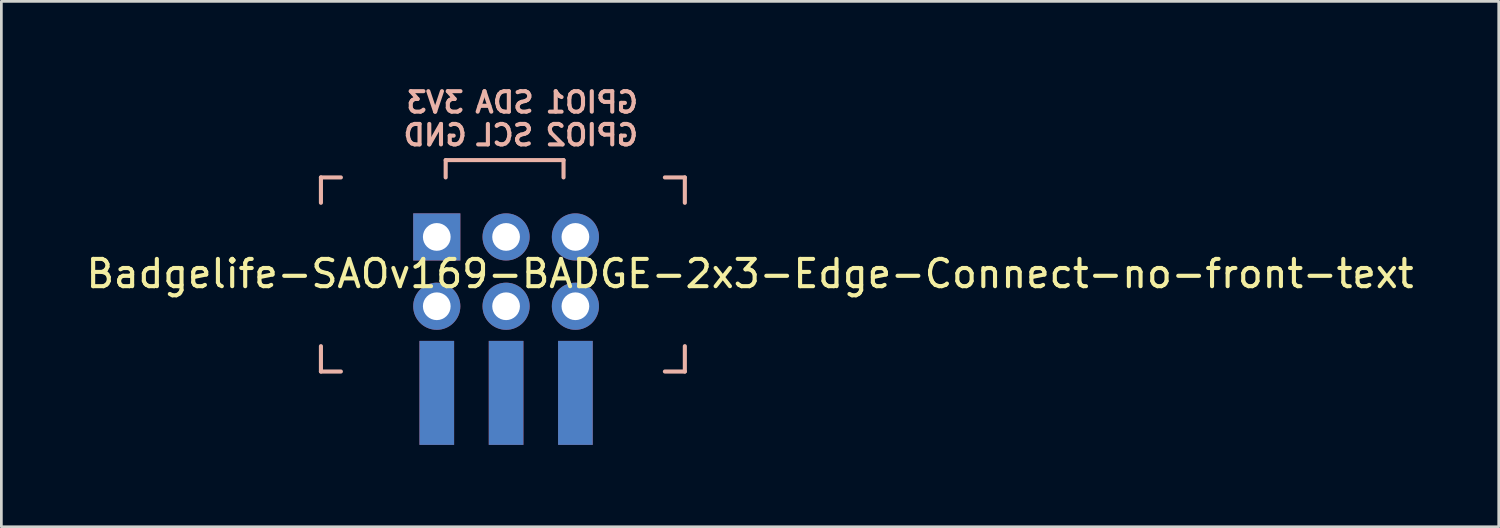
<source format=kicad_pcb>
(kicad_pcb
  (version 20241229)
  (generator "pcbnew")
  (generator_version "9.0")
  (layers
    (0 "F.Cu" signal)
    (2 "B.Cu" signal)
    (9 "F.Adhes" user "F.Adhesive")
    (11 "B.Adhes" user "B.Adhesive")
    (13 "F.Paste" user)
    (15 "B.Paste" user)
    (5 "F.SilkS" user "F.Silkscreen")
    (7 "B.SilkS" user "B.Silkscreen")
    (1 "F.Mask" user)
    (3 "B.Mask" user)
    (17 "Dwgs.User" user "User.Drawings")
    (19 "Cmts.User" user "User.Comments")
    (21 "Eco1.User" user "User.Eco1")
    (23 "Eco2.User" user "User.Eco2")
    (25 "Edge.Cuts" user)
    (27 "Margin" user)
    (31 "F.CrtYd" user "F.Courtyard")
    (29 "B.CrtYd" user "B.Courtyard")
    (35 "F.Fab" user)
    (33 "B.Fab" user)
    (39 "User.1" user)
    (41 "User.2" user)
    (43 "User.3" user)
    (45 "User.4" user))
  (footprint "Badgelife-SAOv169-BADGE-2x3-Edge-Connect-no-front-text"
    (layer "F.Cu")
    (at 15.495 6.902)
    (property "Reference" "Badgelife-SAOv169-BADGE-2x3-Edge-Connect-no-front-text" (at 8.94 0.08 0) (layer "F.SilkS") (effects (font (size 1 1) (thickness 0.15))))
    (attr through_hole)
    (fp_line (start -6.785 -3.45) (end -6.054 -3.45) (stroke (width 0.15) (type solid)) (layer "B.SilkS"))
    (fp_line (start -6.785 -2.521) (end -6.785 -3.45) (stroke (width 0.15) (type solid)) (layer "B.SilkS"))
    (fp_line (start -6.785 3.662) (end -6.785 2.733) (stroke (width 0.15) (type solid)) (layer "B.SilkS"))
    (fp_line (start -6.054 3.662) (end -6.785 3.662) (stroke (width 0.15) (type solid)) (layer "B.SilkS"))
    (fp_line (start -2.214 -3.451) (end -2.213 -4.085) (stroke (width 0.15) (type solid)) (layer "B.SilkS"))
    (fp_line (start -2.213 -4.085) (end 2.105 -4.085) (stroke (width 0.15) (type solid)) (layer "B.SilkS"))
    (fp_line (start 2.105 -4.085) (end 2.105 -3.451) (stroke (width 0.15) (type solid)) (layer "B.SilkS"))
    (fp_line (start 6.55 -3.45) (end 5.819 -3.45) (stroke (width 0.15) (type solid)) (layer "B.SilkS"))
    (fp_line (start 6.55 -2.521) (end 6.55 -3.45) (stroke (width 0.15) (type solid)) (layer "B.SilkS"))
    (fp_line (start 6.55 3.662) (end 5.819 3.662) (stroke (width 0.15) (type solid)) (layer "B.SilkS"))
    (fp_line (start 6.55 3.662) (end 6.55 2.733) (stroke (width 0.15) (type solid)) (layer "B.SilkS"))
    (fp_text user "GND" (at -2.6 -5 0) (layer "B.SilkS") (effects (font (size 0.75 0.75) (thickness 0.15)) (justify mirror)))
    (fp_text user "SCL" (at -0.06 -5 0) (layer "B.SilkS") (effects (font (size 0.75 0.75) (thickness 0.15)) (justify mirror)))
    (fp_text user "3V3" (at -2.6 -6.2 0) (layer "B.SilkS") (effects (font (size 0.75 0.75) (thickness 0.15)) (justify mirror)))
    (fp_text user "GPIO1" (at 3.14 -6.2 0) (layer "B.SilkS") (effects (font (size 0.75 0.75) (thickness 0.15)) (justify mirror)))
    (fp_text user "SDA" (at -0.06 -6.2 0) (layer "B.SilkS") (effects (font (size 0.75 0.75) (thickness 0.15)) (justify mirror)))
    (fp_text user "GPIO2" (at 3.14 -5 0) (layer "B.SilkS") (effects (font (size 0.75 0.75) (thickness 0.15)) (justify mirror)))
    (pad "1" thru_hole rect (at -2.54 -1.27 270) (size 1.727 1.727) (drill 1.016) (layers "*.Cu" "*.Mask"))
    (pad "1" smd rect (at -2.54 4.445) (size 1.27 3.81) (layers "B.Cu" "B.Mask"))
    (pad "2" thru_hole circle (at -2.54 1.27 270) (size 1.727 1.727) (drill 1.016) (layers "*.Cu" "*.Mask"))
    (pad "2" smd rect (at -2.54 4.445) (size 1.27 3.81) (layers "F.Cu" "F.Mask"))
    (pad "3" thru_hole oval (at 0 -1.27 270) (size 1.727 1.727) (drill 1.016) (layers "*.Cu" "*.Mask"))
    (pad "3" smd rect (at 0 4.445) (size 1.27 3.81) (layers "B.Cu" "B.Mask"))
    (pad "4" thru_hole oval (at 0 1.27 270) (size 1.727 1.727) (drill 1.016) (layers "*.Cu" "*.Mask"))
    (pad "4" smd rect (at 0 4.445) (size 1.27 3.81) (layers "F.Cu" "F.Mask"))
    (pad "5" thru_hole circle (at 2.54 -1.27 270) (size 1.727 1.727) (drill 1.016) (layers "*.Cu" "*.Mask"))
    (pad "5" smd rect (at 2.54 4.445) (size 1.27 3.81) (layers "B.Cu" "B.Mask"))
    (pad "6" thru_hole circle (at 2.54 1.27 270) (size 1.727 1.727) (drill 1.016) (layers "*.Cu" "*.Mask"))
    (pad "6" smd rect (at 2.54 4.445) (size 1.27 3.81) (layers "F.Cu" "F.Mask")))
  (gr_rect
    (start -3 -3)
    (end 51.869 16.252)
    (stroke (width 0.1) (type default))
    (fill no)
    (layer "Edge.Cuts")))
</source>
